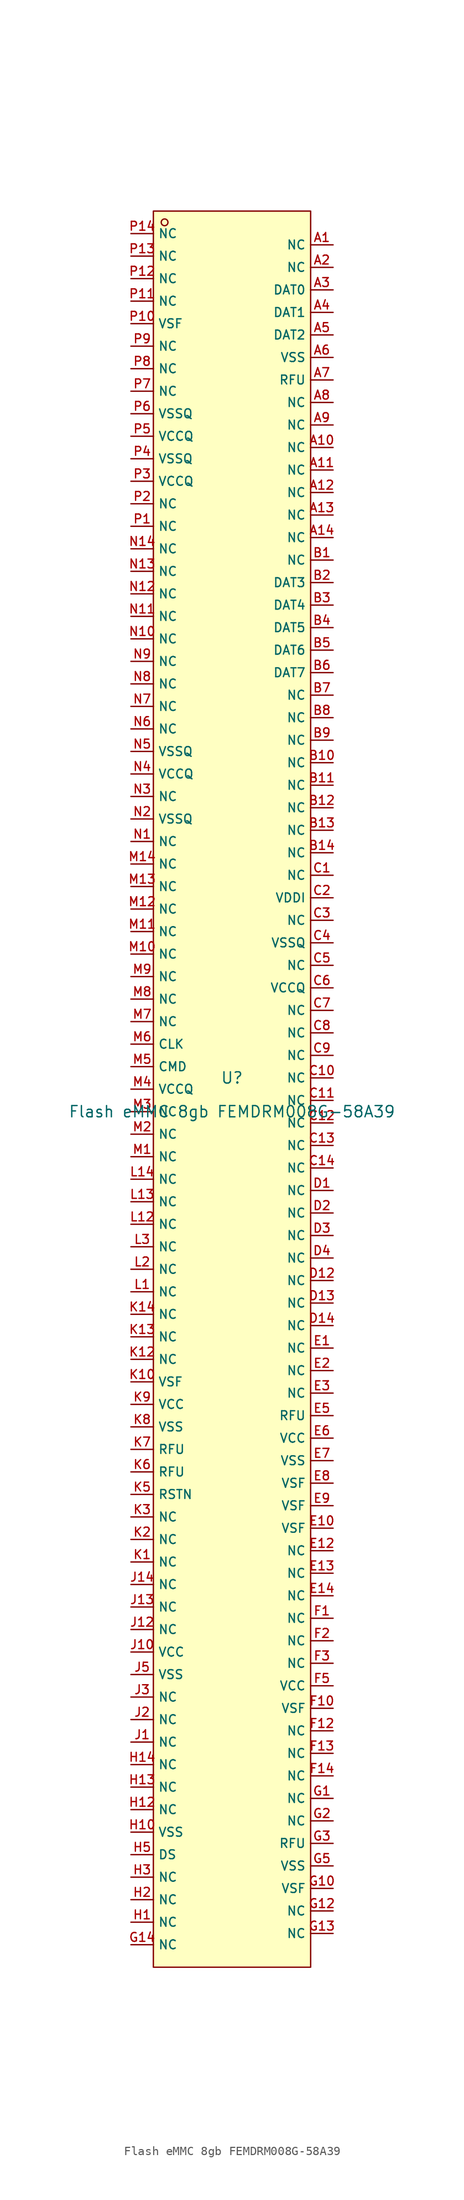
<source format=kicad_sym>
(kicad_symbol_lib
  (version 20220914)
  (generator kicad_symbol_editor)
  (symbol "Flash eMMC 8gb FEMDRM008G-58A39"
    (property "Reference" "U"
      (at 0 1.27 0)
      (effects (font (size 1.27 1.27))))
    (property "Value" "Flash eMMC 8gb FEMDRM008G-58A39"
      (at 0 -2.54 0)
      (effects (font (size 1.27 1.27))))
    (symbol "Flash eMMC 8gb FEMDRM008G-58A39_0_1"
      (rectangle (start -8.89 99.06) (end 8.89 -99.06) (stroke (width 0) (type default)) (fill (type background)))
      (circle (center -7.62 97.79) (radius 0.381) (stroke (width 0) (type default)) (fill (type background)))
      (pin unspecified line (at 11.43 95.25 180) (length 2.54) (name "NC" (effects (font (size 1 1)))) (number "A1" (effects (font (size 1 1)))))
      (pin unspecified line (at 11.43 72.39 180) (length 2.54) (name "NC" (effects (font (size 1 1)))) (number "A10" (effects (font (size 1 1)))))
      (pin unspecified line (at 11.43 69.85 180) (length 2.54) (name "NC" (effects (font (size 1 1)))) (number "A11" (effects (font (size 1 1)))))
      (pin unspecified line (at 11.43 67.31 180) (length 2.54) (name "NC" (effects (font (size 1 1)))) (number "A12" (effects (font (size 1 1)))))
      (pin unspecified line (at 11.43 64.77 180) (length 2.54) (name "NC" (effects (font (size 1 1)))) (number "A13" (effects (font (size 1 1)))))
      (pin unspecified line (at 11.43 62.23 180) (length 2.54) (name "NC" (effects (font (size 1 1)))) (number "A14" (effects (font (size 1 1)))))
      (pin unspecified line (at 11.43 92.71 180) (length 2.54) (name "NC" (effects (font (size 1 1)))) (number "A2" (effects (font (size 1 1)))))
      (pin unspecified line (at 11.43 90.17 180) (length 2.54) (name "DAT0" (effects (font (size 1 1)))) (number "A3" (effects (font (size 1 1)))))
      (pin unspecified line (at 11.43 87.63 180) (length 2.54) (name "DAT1" (effects (font (size 1 1)))) (number "A4" (effects (font (size 1 1)))))
      (pin unspecified line (at 11.43 85.09 180) (length 2.54) (name "DAT2" (effects (font (size 1 1)))) (number "A5" (effects (font (size 1 1)))))
      (pin unspecified line (at 11.43 82.55 180) (length 2.54) (name "VSS" (effects (font (size 1 1)))) (number "A6" (effects (font (size 1 1)))))
      (pin unspecified line (at 11.43 80.01 180) (length 2.54) (name "RFU" (effects (font (size 1 1)))) (number "A7" (effects (font (size 1 1)))))
      (pin unspecified line (at 11.43 77.47 180) (length 2.54) (name "NC" (effects (font (size 1 1)))) (number "A8" (effects (font (size 1 1)))))
      (pin unspecified line (at 11.43 74.93 180) (length 2.54) (name "NC" (effects (font (size 1 1)))) (number "A9" (effects (font (size 1 1)))))
      (pin unspecified line (at 11.43 59.69 180) (length 2.54) (name "NC" (effects (font (size 1 1)))) (number "B1" (effects (font (size 1 1)))))
      (pin unspecified line (at 11.43 36.83 180) (length 2.54) (name "NC" (effects (font (size 1 1)))) (number "B10" (effects (font (size 1 1)))))
      (pin unspecified line (at 11.43 34.29 180) (length 2.54) (name "NC" (effects (font (size 1 1)))) (number "B11" (effects (font (size 1 1)))))
      (pin unspecified line (at 11.43 31.75 180) (length 2.54) (name "NC" (effects (font (size 1 1)))) (number "B12" (effects (font (size 1 1)))))
      (pin unspecified line (at 11.43 29.21 180) (length 2.54) (name "NC" (effects (font (size 1 1)))) (number "B13" (effects (font (size 1 1)))))
      (pin unspecified line (at 11.43 26.67 180) (length 2.54) (name "NC" (effects (font (size 1 1)))) (number "B14" (effects (font (size 1 1)))))
      (pin unspecified line (at 11.43 57.15 180) (length 2.54) (name "DAT3" (effects (font (size 1 1)))) (number "B2" (effects (font (size 1 1)))))
      (pin unspecified line (at 11.43 54.61 180) (length 2.54) (name "DAT4" (effects (font (size 1 1)))) (number "B3" (effects (font (size 1 1)))))
      (pin unspecified line (at 11.43 52.07 180) (length 2.54) (name "DAT5" (effects (font (size 1 1)))) (number "B4" (effects (font (size 1 1)))))
      (pin unspecified line (at 11.43 49.53 180) (length 2.54) (name "DAT6" (effects (font (size 1 1)))) (number "B5" (effects (font (size 1 1)))))
      (pin unspecified line (at 11.43 46.99 180) (length 2.54) (name "DAT7" (effects (font (size 1 1)))) (number "B6" (effects (font (size 1 1)))))
      (pin unspecified line (at 11.43 44.45 180) (length 2.54) (name "NC" (effects (font (size 1 1)))) (number "B7" (effects (font (size 1 1)))))
      (pin unspecified line (at 11.43 41.91 180) (length 2.54) (name "NC" (effects (font (size 1 1)))) (number "B8" (effects (font (size 1 1)))))
      (pin unspecified line (at 11.43 39.37 180) (length 2.54) (name "NC" (effects (font (size 1 1)))) (number "B9" (effects (font (size 1 1)))))
      (pin unspecified line (at 11.43 24.13 180) (length 2.54) (name "NC" (effects (font (size 1 1)))) (number "C1" (effects (font (size 1 1)))))
      (pin unspecified line (at 11.43 1.27 180) (length 2.54) (name "NC" (effects (font (size 1 1)))) (number "C10" (effects (font (size 1 1)))))
      (pin unspecified line (at 11.43 -1.27 180) (length 2.54) (name "NC" (effects (font (size 1 1)))) (number "C11" (effects (font (size 1 1)))))
      (pin unspecified line (at 11.43 -3.81 180) (length 2.54) (name "NC" (effects (font (size 1 1)))) (number "C12" (effects (font (size 1 1)))))
      (pin unspecified line (at 11.43 -6.35 180) (length 2.54) (name "NC" (effects (font (size 1 1)))) (number "C13" (effects (font (size 1 1)))))
      (pin unspecified line (at 11.43 -8.89 180) (length 2.54) (name "NC" (effects (font (size 1 1)))) (number "C14" (effects (font (size 1 1)))))
      (pin unspecified line (at 11.43 21.59 180) (length 2.54) (name "VDDI" (effects (font (size 1 1)))) (number "C2" (effects (font (size 1 1)))))
      (pin unspecified line (at 11.43 19.05 180) (length 2.54) (name "NC" (effects (font (size 1 1)))) (number "C3" (effects (font (size 1 1)))))
      (pin unspecified line (at 11.43 16.51 180) (length 2.54) (name "VSSQ" (effects (font (size 1 1)))) (number "C4" (effects (font (size 1 1)))))
      (pin unspecified line (at 11.43 13.97 180) (length 2.54) (name "NC" (effects (font (size 1 1)))) (number "C5" (effects (font (size 1 1)))))
      (pin unspecified line (at 11.43 11.43 180) (length 2.54) (name "VCCQ" (effects (font (size 1 1)))) (number "C6" (effects (font (size 1 1)))))
      (pin unspecified line (at 11.43 8.89 180) (length 2.54) (name "NC" (effects (font (size 1 1)))) (number "C7" (effects (font (size 1 1)))))
      (pin unspecified line (at 11.43 6.35 180) (length 2.54) (name "NC" (effects (font (size 1 1)))) (number "C8" (effects (font (size 1 1)))))
      (pin unspecified line (at 11.43 3.81 180) (length 2.54) (name "NC" (effects (font (size 1 1)))) (number "C9" (effects (font (size 1 1)))))
      (pin unspecified line (at 11.43 -11.43 180) (length 2.54) (name "NC" (effects (font (size 1 1)))) (number "D1" (effects (font (size 1 1)))))
      (pin unspecified line (at 11.43 -21.59 180) (length 2.54) (name "NC" (effects (font (size 1 1)))) (number "D12" (effects (font (size 1 1)))))
      (pin unspecified line (at 11.43 -24.13 180) (length 2.54) (name "NC" (effects (font (size 1 1)))) (number "D13" (effects (font (size 1 1)))))
      (pin unspecified line (at 11.43 -26.67 180) (length 2.54) (name "NC" (effects (font (size 1 1)))) (number "D14" (effects (font (size 1 1)))))
      (pin unspecified line (at 11.43 -13.97 180) (length 2.54) (name "NC" (effects (font (size 1 1)))) (number "D2" (effects (font (size 1 1)))))
      (pin unspecified line (at 11.43 -16.51 180) (length 2.54) (name "NC" (effects (font (size 1 1)))) (number "D3" (effects (font (size 1 1)))))
      (pin unspecified line (at 11.43 -19.05 180) (length 2.54) (name "NC" (effects (font (size 1 1)))) (number "D4" (effects (font (size 1 1)))))
      (pin unspecified line (at 11.43 -29.21 180) (length 2.54) (name "NC" (effects (font (size 1 1)))) (number "E1" (effects (font (size 1 1)))))
      (pin unspecified line (at 11.43 -49.53 180) (length 2.54) (name "VSF" (effects (font (size 1 1)))) (number "E10" (effects (font (size 1 1)))))
      (pin unspecified line (at 11.43 -52.07 180) (length 2.54) (name "NC" (effects (font (size 1 1)))) (number "E12" (effects (font (size 1 1)))))
      (pin unspecified line (at 11.43 -54.61 180) (length 2.54) (name "NC" (effects (font (size 1 1)))) (number "E13" (effects (font (size 1 1)))))
      (pin unspecified line (at 11.43 -57.15 180) (length 2.54) (name "NC" (effects (font (size 1 1)))) (number "E14" (effects (font (size 1 1)))))
      (pin unspecified line (at 11.43 -31.75 180) (length 2.54) (name "NC" (effects (font (size 1 1)))) (number "E2" (effects (font (size 1 1)))))
      (pin unspecified line (at 11.43 -34.29 180) (length 2.54) (name "NC" (effects (font (size 1 1)))) (number "E3" (effects (font (size 1 1)))))
      (pin unspecified line (at 11.43 -36.83 180) (length 2.54) (name "RFU" (effects (font (size 1 1)))) (number "E5" (effects (font (size 1 1)))))
      (pin unspecified line (at 11.43 -39.37 180) (length 2.54) (name "VCC" (effects (font (size 1 1)))) (number "E6" (effects (font (size 1 1)))))
      (pin unspecified line (at 11.43 -41.91 180) (length 2.54) (name "VSS" (effects (font (size 1 1)))) (number "E7" (effects (font (size 1 1)))))
      (pin unspecified line (at 11.43 -44.45 180) (length 2.54) (name "VSF" (effects (font (size 1 1)))) (number "E8" (effects (font (size 1 1)))))
      (pin unspecified line (at 11.43 -46.99 180) (length 2.54) (name "VSF" (effects (font (size 1 1)))) (number "E9" (effects (font (size 1 1)))))
      (pin unspecified line (at 11.43 -59.69 180) (length 2.54) (name "NC" (effects (font (size 1 1)))) (number "F1" (effects (font (size 1 1)))))
      (pin unspecified line (at 11.43 -69.85 180) (length 2.54) (name "VSF" (effects (font (size 1 1)))) (number "F10" (effects (font (size 1 1)))))
      (pin unspecified line (at 11.43 -72.39 180) (length 2.54) (name "NC" (effects (font (size 1 1)))) (number "F12" (effects (font (size 1 1)))))
      (pin unspecified line (at 11.43 -74.93 180) (length 2.54) (name "NC" (effects (font (size 1 1)))) (number "F13" (effects (font (size 1 1)))))
      (pin unspecified line (at 11.43 -77.47 180) (length 2.54) (name "NC" (effects (font (size 1 1)))) (number "F14" (effects (font (size 1 1)))))
      (pin unspecified line (at 11.43 -62.23 180) (length 2.54) (name "NC" (effects (font (size 1 1)))) (number "F2" (effects (font (size 1 1)))))
      (pin unspecified line (at 11.43 -64.77 180) (length 2.54) (name "NC" (effects (font (size 1 1)))) (number "F3" (effects (font (size 1 1)))))
      (pin unspecified line (at 11.43 -67.31 180) (length 2.54) (name "VCC" (effects (font (size 1 1)))) (number "F5" (effects (font (size 1 1)))))
      (pin unspecified line (at 11.43 -80.01 180) (length 2.54) (name "NC" (effects (font (size 1 1)))) (number "G1" (effects (font (size 1 1)))))
      (pin unspecified line (at 11.43 -90.17 180) (length 2.54) (name "VSF" (effects (font (size 1 1)))) (number "G10" (effects (font (size 1 1)))))
      (pin unspecified line (at 11.43 -92.71 180) (length 2.54) (name "NC" (effects (font (size 1 1)))) (number "G12" (effects (font (size 1 1)))))
      (pin unspecified line (at 11.43 -95.25 180) (length 2.54) (name "NC" (effects (font (size 1 1)))) (number "G13" (effects (font (size 1 1)))))
      (pin unspecified line (at -11.43 -96.52 0) (length 2.54) (name "NC" (effects (font (size 1 1)))) (number "G14" (effects (font (size 1 1)))))
      (pin unspecified line (at 11.43 -82.55 180) (length 2.54) (name "NC" (effects (font (size 1 1)))) (number "G2" (effects (font (size 1 1)))))
      (pin unspecified line (at 11.43 -85.09 180) (length 2.54) (name "RFU" (effects (font (size 1 1)))) (number "G3" (effects (font (size 1 1)))))
      (pin unspecified line (at 11.43 -87.63 180) (length 2.54) (name "VSS" (effects (font (size 1 1)))) (number "G5" (effects (font (size 1 1)))))
      (pin unspecified line (at -11.43 -93.98 0) (length 2.54) (name "NC" (effects (font (size 1 1)))) (number "H1" (effects (font (size 1 1)))))
      (pin unspecified line (at -11.43 -83.82 0) (length 2.54) (name "VSS" (effects (font (size 1 1)))) (number "H10" (effects (font (size 1 1)))))
      (pin unspecified line (at -11.43 -81.28 0) (length 2.54) (name "NC" (effects (font (size 1 1)))) (number "H12" (effects (font (size 1 1)))))
      (pin unspecified line (at -11.43 -78.74 0) (length 2.54) (name "NC" (effects (font (size 1 1)))) (number "H13" (effects (font (size 1 1)))))
      (pin unspecified line (at -11.43 -76.2 0) (length 2.54) (name "NC" (effects (font (size 1 1)))) (number "H14" (effects (font (size 1 1)))))
      (pin unspecified line (at -11.43 -91.44 0) (length 2.54) (name "NC" (effects (font (size 1 1)))) (number "H2" (effects (font (size 1 1)))))
      (pin unspecified line (at -11.43 -88.9 0) (length 2.54) (name "NC" (effects (font (size 1 1)))) (number "H3" (effects (font (size 1 1)))))
      (pin unspecified line (at -11.43 -86.36 0) (length 2.54) (name "DS" (effects (font (size 1 1)))) (number "H5" (effects (font (size 1 1)))))
      (pin unspecified line (at -11.43 -73.66 0) (length 2.54) (name "NC" (effects (font (size 1 1)))) (number "J1" (effects (font (size 1 1)))))
      (pin unspecified line (at -11.43 -63.5 0) (length 2.54) (name "VCC" (effects (font (size 1 1)))) (number "J10" (effects (font (size 1 1)))))
      (pin unspecified line (at -11.43 -60.96 0) (length 2.54) (name "NC" (effects (font (size 1 1)))) (number "J12" (effects (font (size 1 1)))))
      (pin unspecified line (at -11.43 -58.42 0) (length 2.54) (name "NC" (effects (font (size 1 1)))) (number "J13" (effects (font (size 1 1)))))
      (pin unspecified line (at -11.43 -55.88 0) (length 2.54) (name "NC" (effects (font (size 1 1)))) (number "J14" (effects (font (size 1 1)))))
      (pin unspecified line (at -11.43 -71.12 0) (length 2.54) (name "NC" (effects (font (size 1 1)))) (number "J2" (effects (font (size 1 1)))))
      (pin unspecified line (at -11.43 -68.58 0) (length 2.54) (name "NC" (effects (font (size 1 1)))) (number "J3" (effects (font (size 1 1)))))
      (pin unspecified line (at -11.43 -66.04 0) (length 2.54) (name "VSS" (effects (font (size 1 1)))) (number "J5" (effects (font (size 1 1)))))
      (pin unspecified line (at -11.43 -53.34 0) (length 2.54) (name "NC" (effects (font (size 1 1)))) (number "K1" (effects (font (size 1 1)))))
      (pin unspecified line (at -11.43 -33.02 0) (length 2.54) (name "VSF" (effects (font (size 1 1)))) (number "K10" (effects (font (size 1 1)))))
      (pin unspecified line (at -11.43 -30.48 0) (length 2.54) (name "NC" (effects (font (size 1 1)))) (number "K12" (effects (font (size 1 1)))))
      (pin unspecified line (at -11.43 -27.94 0) (length 2.54) (name "NC" (effects (font (size 1 1)))) (number "K13" (effects (font (size 1 1)))))
      (pin unspecified line (at -11.43 -25.4 0) (length 2.54) (name "NC" (effects (font (size 1 1)))) (number "K14" (effects (font (size 1 1)))))
      (pin unspecified line (at -11.43 -50.8 0) (length 2.54) (name "NC" (effects (font (size 1 1)))) (number "K2" (effects (font (size 1 1)))))
      (pin unspecified line (at -11.43 -48.26 0) (length 2.54) (name "NC" (effects (font (size 1 1)))) (number "K3" (effects (font (size 1 1)))))
      (pin unspecified line (at -11.43 -45.72 0) (length 2.54) (name "RSTN" (effects (font (size 1 1)))) (number "K5" (effects (font (size 1 1)))))
      (pin unspecified line (at -11.43 -43.18 0) (length 2.54) (name "RFU" (effects (font (size 1 1)))) (number "K6" (effects (font (size 1 1)))))
      (pin unspecified line (at -11.43 -40.64 0) (length 2.54) (name "RFU" (effects (font (size 1 1)))) (number "K7" (effects (font (size 1 1)))))
      (pin unspecified line (at -11.43 -38.1 0) (length 2.54) (name "VSS" (effects (font (size 1 1)))) (number "K8" (effects (font (size 1 1)))))
      (pin unspecified line (at -11.43 -35.56 0) (length 2.54) (name "VCC" (effects (font (size 1 1)))) (number "K9" (effects (font (size 1 1)))))
      (pin unspecified line (at -11.43 -22.86 0) (length 2.54) (name "NC" (effects (font (size 1 1)))) (number "L1" (effects (font (size 1 1)))))
      (pin unspecified line (at -11.43 -15.24 0) (length 2.54) (name "NC" (effects (font (size 1 1)))) (number "L12" (effects (font (size 1 1)))))
      (pin unspecified line (at -11.43 -12.7 0) (length 2.54) (name "NC" (effects (font (size 1 1)))) (number "L13" (effects (font (size 1 1)))))
      (pin unspecified line (at -11.43 -10.16 0) (length 2.54) (name "NC" (effects (font (size 1 1)))) (number "L14" (effects (font (size 1 1)))))
      (pin unspecified line (at -11.43 -20.32 0) (length 2.54) (name "NC" (effects (font (size 1 1)))) (number "L2" (effects (font (size 1 1)))))
      (pin unspecified line (at -11.43 -17.78 0) (length 2.54) (name "NC" (effects (font (size 1 1)))) (number "L3" (effects (font (size 1 1)))))
      (pin unspecified line (at -11.43 -7.62 0) (length 2.54) (name "NC" (effects (font (size 1 1)))) (number "M1" (effects (font (size 1 1)))))
      (pin unspecified line (at -11.43 15.24 0) (length 2.54) (name "NC" (effects (font (size 1 1)))) (number "M10" (effects (font (size 1 1)))))
      (pin unspecified line (at -11.43 17.78 0) (length 2.54) (name "NC" (effects (font (size 1 1)))) (number "M11" (effects (font (size 1 1)))))
      (pin unspecified line (at -11.43 20.32 0) (length 2.54) (name "NC" (effects (font (size 1 1)))) (number "M12" (effects (font (size 1 1)))))
      (pin unspecified line (at -11.43 22.86 0) (length 2.54) (name "NC" (effects (font (size 1 1)))) (number "M13" (effects (font (size 1 1)))))
      (pin unspecified line (at -11.43 25.4 0) (length 2.54) (name "NC" (effects (font (size 1 1)))) (number "M14" (effects (font (size 1 1)))))
      (pin unspecified line (at -11.43 -5.08 0) (length 2.54) (name "NC" (effects (font (size 1 1)))) (number "M2" (effects (font (size 1 1)))))
      (pin unspecified line (at -11.43 -2.54 0) (length 2.54) (name "NC" (effects (font (size 1 1)))) (number "M3" (effects (font (size 1 1)))))
      (pin unspecified line (at -11.43 0 0) (length 2.54) (name "VCCQ" (effects (font (size 1 1)))) (number "M4" (effects (font (size 1 1)))))
      (pin unspecified line (at -11.43 2.54 0) (length 2.54) (name "CMD" (effects (font (size 1 1)))) (number "M5" (effects (font (size 1 1)))))
      (pin unspecified line (at -11.43 5.08 0) (length 2.54) (name "CLK" (effects (font (size 1 1)))) (number "M6" (effects (font (size 1 1)))))
      (pin unspecified line (at -11.43 7.62 0) (length 2.54) (name "NC" (effects (font (size 1 1)))) (number "M7" (effects (font (size 1 1)))))
      (pin unspecified line (at -11.43 10.16 0) (length 2.54) (name "NC" (effects (font (size 1 1)))) (number "M8" (effects (font (size 1 1)))))
      (pin unspecified line (at -11.43 12.7 0) (length 2.54) (name "NC" (effects (font (size 1 1)))) (number "M9" (effects (font (size 1 1)))))
      (pin unspecified line (at -11.43 27.94 0) (length 2.54) (name "NC" (effects (font (size 1 1)))) (number "N1" (effects (font (size 1 1)))))
      (pin unspecified line (at -11.43 50.8 0) (length 2.54) (name "NC" (effects (font (size 1 1)))) (number "N10" (effects (font (size 1 1)))))
      (pin unspecified line (at -11.43 53.34 0) (length 2.54) (name "NC" (effects (font (size 1 1)))) (number "N11" (effects (font (size 1 1)))))
      (pin unspecified line (at -11.43 55.88 0) (length 2.54) (name "NC" (effects (font (size 1 1)))) (number "N12" (effects (font (size 1 1)))))
      (pin unspecified line (at -11.43 58.42 0) (length 2.54) (name "NC" (effects (font (size 1 1)))) (number "N13" (effects (font (size 1 1)))))
      (pin unspecified line (at -11.43 60.96 0) (length 2.54) (name "NC" (effects (font (size 1 1)))) (number "N14" (effects (font (size 1 1)))))
      (pin unspecified line (at -11.43 30.48 0) (length 2.54) (name "VSSQ" (effects (font (size 1 1)))) (number "N2" (effects (font (size 1 1)))))
      (pin unspecified line (at -11.43 33.02 0) (length 2.54) (name "NC" (effects (font (size 1 1)))) (number "N3" (effects (font (size 1 1)))))
      (pin unspecified line (at -11.43 35.56 0) (length 2.54) (name "VCCQ" (effects (font (size 1 1)))) (number "N4" (effects (font (size 1 1)))))
      (pin unspecified line (at -11.43 38.1 0) (length 2.54) (name "VSSQ" (effects (font (size 1 1)))) (number "N5" (effects (font (size 1 1)))))
      (pin unspecified line (at -11.43 40.64 0) (length 2.54) (name "NC" (effects (font (size 1 1)))) (number "N6" (effects (font (size 1 1)))))
      (pin unspecified line (at -11.43 43.18 0) (length 2.54) (name "NC" (effects (font (size 1 1)))) (number "N7" (effects (font (size 1 1)))))
      (pin unspecified line (at -11.43 45.72 0) (length 2.54) (name "NC" (effects (font (size 1 1)))) (number "N8" (effects (font (size 1 1)))))
      (pin unspecified line (at -11.43 48.26 0) (length 2.54) (name "NC" (effects (font (size 1 1)))) (number "N9" (effects (font (size 1 1)))))
      (pin unspecified line (at -11.43 63.5 0) (length 2.54) (name "NC" (effects (font (size 1 1)))) (number "P1" (effects (font (size 1 1)))))
      (pin unspecified line (at -11.43 86.36 0) (length 2.54) (name "VSF" (effects (font (size 1 1)))) (number "P10" (effects (font (size 1 1)))))
      (pin unspecified line (at -11.43 88.9 0) (length 2.54) (name "NC" (effects (font (size 1 1)))) (number "P11" (effects (font (size 1 1)))))
      (pin unspecified line (at -11.43 91.44 0) (length 2.54) (name "NC" (effects (font (size 1 1)))) (number "P12" (effects (font (size 1 1)))))
      (pin unspecified line (at -11.43 93.98 0) (length 2.54) (name "NC" (effects (font (size 1 1)))) (number "P13" (effects (font (size 1 1)))))
      (pin unspecified line (at -11.43 96.52 0) (length 2.54) (name "NC" (effects (font (size 1 1)))) (number "P14" (effects (font (size 1 1)))))
      (pin unspecified line (at -11.43 66.04 0) (length 2.54) (name "NC" (effects (font (size 1 1)))) (number "P2" (effects (font (size 1 1)))))
      (pin unspecified line (at -11.43 68.58 0) (length 2.54) (name "VCCQ" (effects (font (size 1 1)))) (number "P3" (effects (font (size 1 1)))))
      (pin unspecified line (at -11.43 71.12 0) (length 2.54) (name "VSSQ" (effects (font (size 1 1)))) (number "P4" (effects (font (size 1 1)))))
      (pin unspecified line (at -11.43 73.66 0) (length 2.54) (name "VCCQ" (effects (font (size 1 1)))) (number "P5" (effects (font (size 1 1)))))
      (pin unspecified line (at -11.43 76.2 0) (length 2.54) (name "VSSQ" (effects (font (size 1 1)))) (number "P6" (effects (font (size 1 1)))))
      (pin unspecified line (at -11.43 78.74 0) (length 2.54) (name "NC" (effects (font (size 1 1)))) (number "P7" (effects (font (size 1 1)))))
      (pin unspecified line (at -11.43 81.28 0) (length 2.54) (name "NC" (effects (font (size 1 1)))) (number "P8" (effects (font (size 1 1)))))
      (pin unspecified line (at -11.43 83.82 0) (length 2.54) (name "NC" (effects (font (size 1 1)))) (number "P9" (effects (font (size 1 1))))))))
</source>
